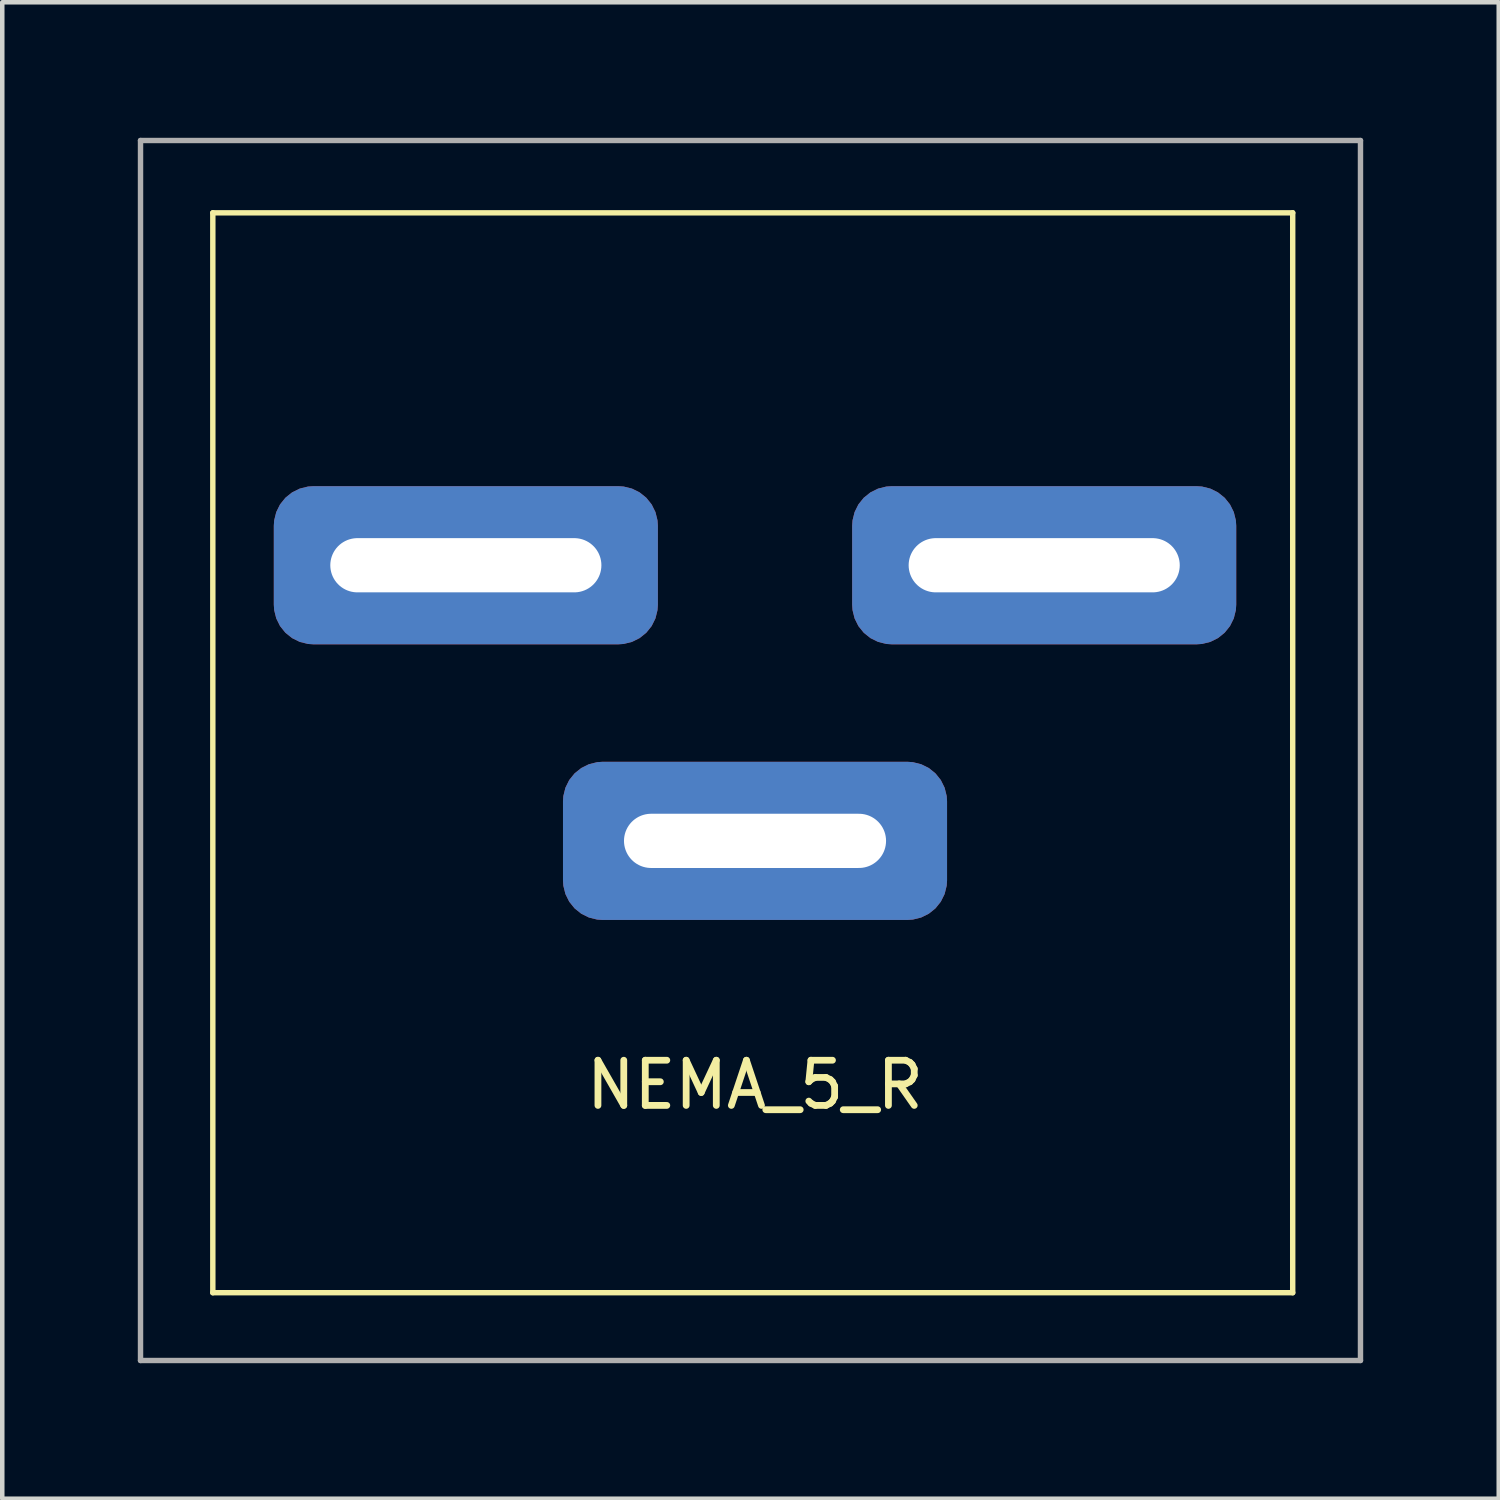
<source format=kicad_pcb>
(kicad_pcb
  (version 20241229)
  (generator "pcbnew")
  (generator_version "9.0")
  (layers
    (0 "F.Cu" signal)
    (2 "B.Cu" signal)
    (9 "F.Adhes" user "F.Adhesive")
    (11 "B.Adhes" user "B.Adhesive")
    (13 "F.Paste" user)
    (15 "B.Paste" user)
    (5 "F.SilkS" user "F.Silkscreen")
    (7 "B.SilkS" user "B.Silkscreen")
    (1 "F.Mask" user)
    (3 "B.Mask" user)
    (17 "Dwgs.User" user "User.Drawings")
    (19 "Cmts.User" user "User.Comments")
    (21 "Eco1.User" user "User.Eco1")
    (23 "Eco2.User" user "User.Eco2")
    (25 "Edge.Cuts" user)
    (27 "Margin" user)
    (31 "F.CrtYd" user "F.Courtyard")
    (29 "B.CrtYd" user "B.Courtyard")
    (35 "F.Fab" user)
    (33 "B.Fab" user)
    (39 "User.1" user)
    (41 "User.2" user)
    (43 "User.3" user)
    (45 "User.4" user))
  (footprint "NEMA_5_R"
    (layer "F.Cu")
    (at 13.66 9.46)
    (property "Reference" "NEMA_5_R" (at 0 11.5 0) (layer "F.SilkS") (effects (font (size 1 1) (thickness 0.15))))
    (attr through_hole)
    (fp_line (start -12 -7.8) (end 11.9 -7.8) (stroke (width 0.12) (type solid)) (layer "F.SilkS"))
    (fp_line (start -12 16.1) (end -12 -7.8) (stroke (width 0.12) (type solid)) (layer "F.SilkS"))
    (fp_line (start 11.9 -7.8) (end 11.9 16.1) (stroke (width 0.12) (type solid)) (layer "F.SilkS"))
    (fp_line (start 11.9 16.1) (end -12 16.1) (stroke (width 0.12) (type solid)) (layer "F.SilkS"))
    (fp_line (start -13.6 -9.4) (end 13.4 -9.4) (stroke (width 0.12) (type solid)) (layer "F.Fab"))
    (fp_line (start -13.6 17.6) (end -13.6 -9.4) (stroke (width 0.12) (type solid)) (layer "F.Fab"))
    (fp_line (start 13.4 -9.4) (end 13.4 17.6) (stroke (width 0.12) (type solid)) (layer "F.Fab"))
    (fp_line (start 13.4 17.6) (end -13.6 17.6) (stroke (width 0.12) (type solid)) (layer "F.Fab"))
    (pad "1" thru_hole roundrect (at 6.4 0) (size 8.5 3.5) (drill oval 6 1.2) (layers "*.Cu" "*.Mask") (roundrect_rratio 0.25))
    (pad "2" thru_hole roundrect (at -6.4 0) (size 8.5 3.5) (drill oval 6 1.2) (layers "*.Cu" "*.Mask") (roundrect_rratio 0.25))
    (pad "3" thru_hole roundrect (at 0 6.1) (size 8.5 3.5) (drill oval 5.8 1.2) (layers "*.Cu" "*.Mask") (roundrect_rratio 0.25)))
  (gr_rect
    (start -3 -3)
    (end 30.12 30.12)
    (stroke (width 0.1) (type default))
    (fill no)
    (layer "Edge.Cuts")))
</source>
